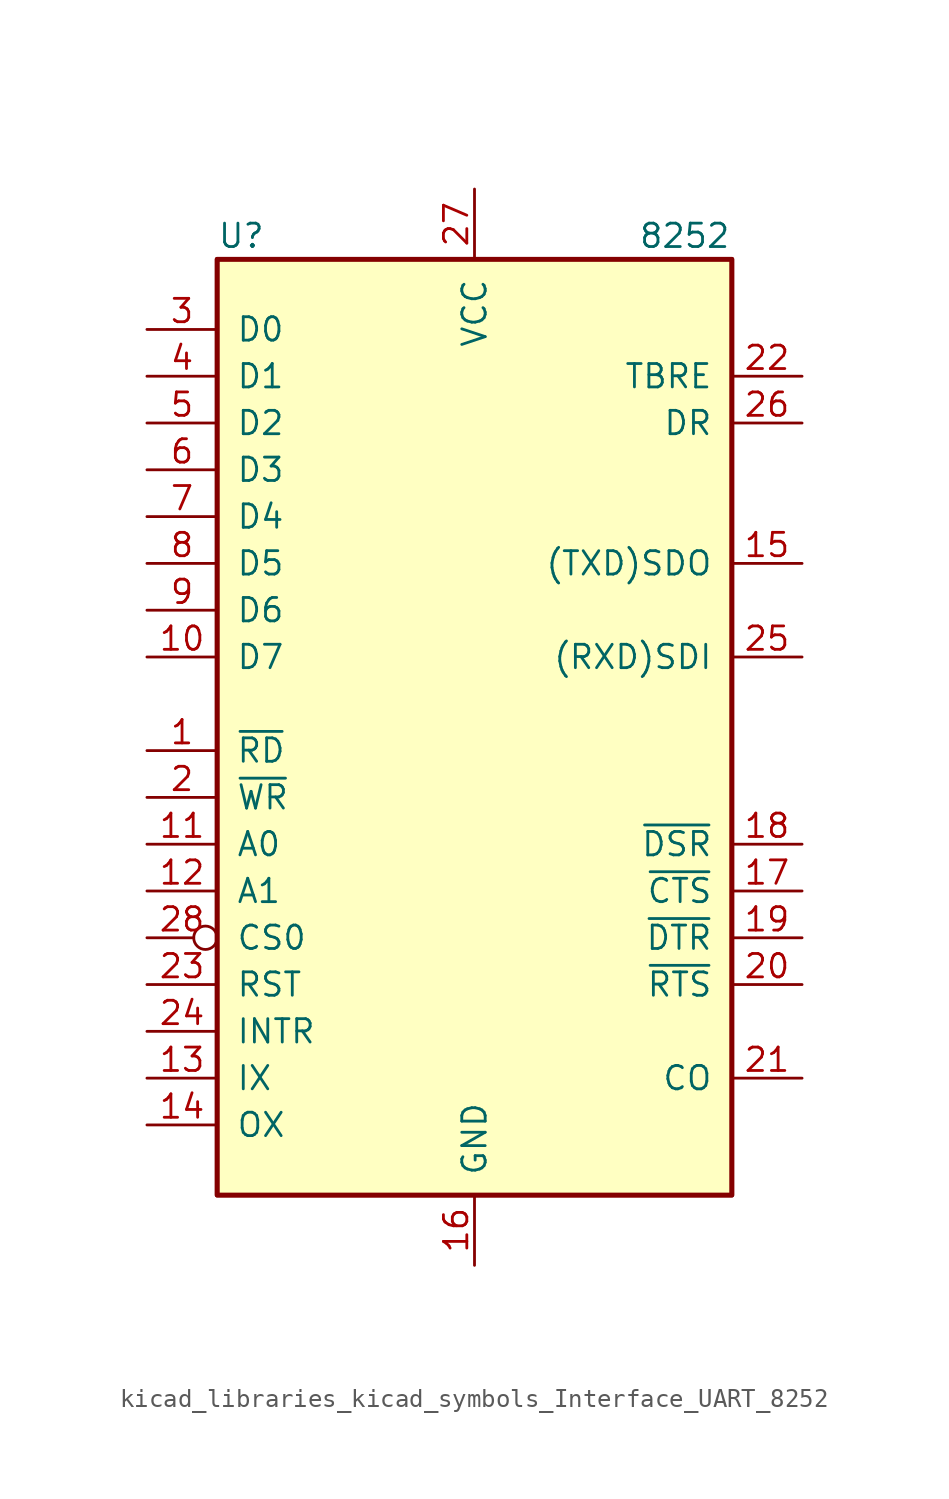
<source format=kicad_sym>
(kicad_symbol_lib
  (version 20220914)
  (generator kicad_symbol_editor)
  (symbol "kicad_libraries_kicad_symbols_Interface_UART_8252"
    (pin_names
      (offset 1.016))
    (property "Reference" "U"
      (at -13.97 25.4 0)
      (effects (font (size 1.27 1.27)) (justify left)))
    (property "Value" "8252"
      (at 8.89 25.4 0)
      (effects (font (size 1.27 1.27)) (justify left)))
    (symbol "kicad_libraries_kicad_symbols_Interface_UART_8252_0_1"
      (rectangle (start -13.97 -26.67) (end 13.97 24.13) (stroke (width 0.254) (type default)) (fill (type background)))
      (rectangle (start -13.97 -26.67) (end 13.97 24.13) (stroke (width 0.254) (type default)) (fill (type background))))
    (symbol "kicad_libraries_kicad_symbols_Interface_UART_8252_1_1"
      (pin input line (at -17.78 -2.54 0) (length 3.81) (name "~{RD}" (effects (font (size 1.27 1.27)))) (number "1" (effects (font (size 1.27 1.27)))))
      (pin bidirectional line (at -17.78 2.54 0) (length 3.81) (name "D7" (effects (font (size 1.27 1.27)))) (number "10" (effects (font (size 1.27 1.27)))))
      (pin input line (at -17.78 -7.62 0) (length 3.81) (name "A0" (effects (font (size 1.27 1.27)))) (number "11" (effects (font (size 1.27 1.27)))))
      (pin input line (at -17.78 -10.16 0) (length 3.81) (name "A1" (effects (font (size 1.27 1.27)))) (number "12" (effects (font (size 1.27 1.27)))))
      (pin input line (at -17.78 -20.32 0) (length 3.81) (name "IX" (effects (font (size 1.27 1.27)))) (number "13" (effects (font (size 1.27 1.27)))))
      (pin output line (at -17.78 -22.86 0) (length 3.81) (name "OX" (effects (font (size 1.27 1.27)))) (number "14" (effects (font (size 1.27 1.27)))))
      (pin output line (at 17.78 7.62 180) (length 3.81) (name "(TXD)SDO" (effects (font (size 1.27 1.27)))) (number "15" (effects (font (size 1.27 1.27)))))
      (pin power_in line (at 0 -30.48 90) (length 3.81) (name "GND" (effects (font (size 1.27 1.27)))) (number "16" (effects (font (size 1.27 1.27)))))
      (pin input line (at 17.78 -10.16 180) (length 3.81) (name "~{CTS}" (effects (font (size 1.27 1.27)))) (number "17" (effects (font (size 1.27 1.27)))))
      (pin input line (at 17.78 -7.62 180) (length 3.81) (name "~{DSR}" (effects (font (size 1.27 1.27)))) (number "18" (effects (font (size 1.27 1.27)))))
      (pin output line (at 17.78 -12.7 180) (length 3.81) (name "~{DTR}" (effects (font (size 1.27 1.27)))) (number "19" (effects (font (size 1.27 1.27)))))
      (pin input line (at -17.78 -5.08 0) (length 3.81) (name "~{WR}" (effects (font (size 1.27 1.27)))) (number "2" (effects (font (size 1.27 1.27)))))
      (pin output line (at 17.78 -15.24 180) (length 3.81) (name "~{RTS}" (effects (font (size 1.27 1.27)))) (number "20" (effects (font (size 1.27 1.27)))))
      (pin output line (at 17.78 -20.32 180) (length 3.81) (name "CO" (effects (font (size 1.27 1.27)))) (number "21" (effects (font (size 1.27 1.27)))))
      (pin output line (at 17.78 17.78 180) (length 3.81) (name "TBRE" (effects (font (size 1.27 1.27)))) (number "22" (effects (font (size 1.27 1.27)))))
      (pin input line (at -17.78 -15.24 0) (length 3.81) (name "RST" (effects (font (size 1.27 1.27)))) (number "23" (effects (font (size 1.27 1.27)))))
      (pin output line (at -17.78 -17.78 0) (length 3.81) (name "INTR" (effects (font (size 1.27 1.27)))) (number "24" (effects (font (size 1.27 1.27)))))
      (pin input line (at 17.78 2.54 180) (length 3.81) (name "(RXD)SDI" (effects (font (size 1.27 1.27)))) (number "25" (effects (font (size 1.27 1.27)))))
      (pin output line (at 17.78 15.24 180) (length 3.81) (name "DR" (effects (font (size 1.27 1.27)))) (number "26" (effects (font (size 1.27 1.27)))))
      (pin power_in line (at 0 27.94 270) (length 3.81) (name "VCC" (effects (font (size 1.27 1.27)))) (number "27" (effects (font (size 1.27 1.27)))))
      (pin input inverted (at -17.78 -12.7 0) (length 3.81) (name "CS0" (effects (font (size 1.27 1.27)))) (number "28" (effects (font (size 1.27 1.27)))))
      (pin bidirectional line (at -17.78 20.32 0) (length 3.81) (name "D0" (effects (font (size 1.27 1.27)))) (number "3" (effects (font (size 1.27 1.27)))))
      (pin bidirectional line (at -17.78 17.78 0) (length 3.81) (name "D1" (effects (font (size 1.27 1.27)))) (number "4" (effects (font (size 1.27 1.27)))))
      (pin bidirectional line (at -17.78 15.24 0) (length 3.81) (name "D2" (effects (font (size 1.27 1.27)))) (number "5" (effects (font (size 1.27 1.27)))))
      (pin bidirectional line (at -17.78 12.7 0) (length 3.81) (name "D3" (effects (font (size 1.27 1.27)))) (number "6" (effects (font (size 1.27 1.27)))))
      (pin bidirectional line (at -17.78 10.16 0) (length 3.81) (name "D4" (effects (font (size 1.27 1.27)))) (number "7" (effects (font (size 1.27 1.27)))))
      (pin bidirectional line (at -17.78 7.62 0) (length 3.81) (name "D5" (effects (font (size 1.27 1.27)))) (number "8" (effects (font (size 1.27 1.27)))))
      (pin bidirectional line (at -17.78 5.08 0) (length 3.81) (name "D6" (effects (font (size 1.27 1.27)))) (number "9" (effects (font (size 1.27 1.27))))))))
</source>
